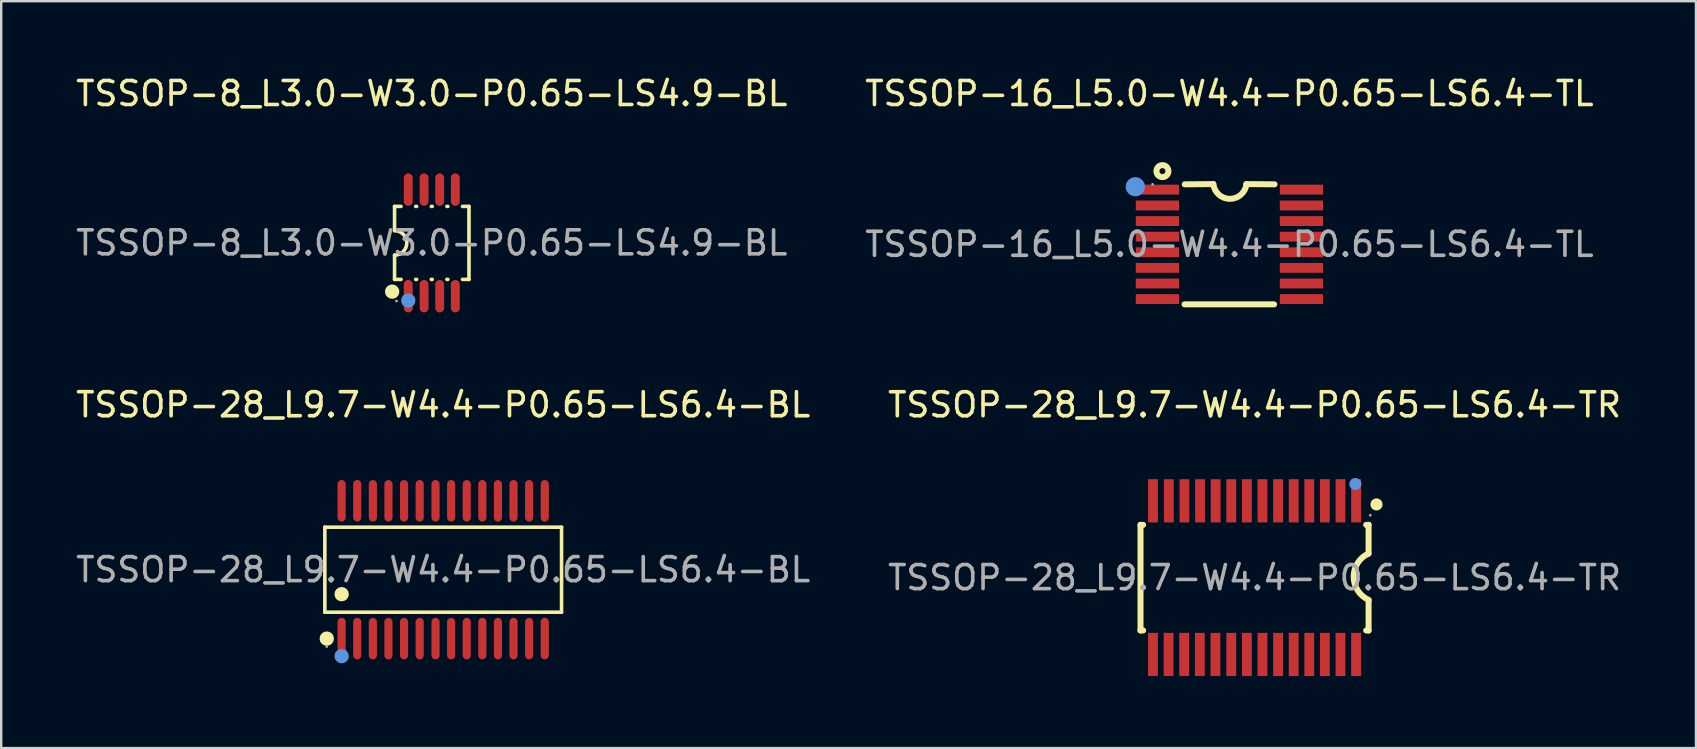
<source format=kicad_pcb>
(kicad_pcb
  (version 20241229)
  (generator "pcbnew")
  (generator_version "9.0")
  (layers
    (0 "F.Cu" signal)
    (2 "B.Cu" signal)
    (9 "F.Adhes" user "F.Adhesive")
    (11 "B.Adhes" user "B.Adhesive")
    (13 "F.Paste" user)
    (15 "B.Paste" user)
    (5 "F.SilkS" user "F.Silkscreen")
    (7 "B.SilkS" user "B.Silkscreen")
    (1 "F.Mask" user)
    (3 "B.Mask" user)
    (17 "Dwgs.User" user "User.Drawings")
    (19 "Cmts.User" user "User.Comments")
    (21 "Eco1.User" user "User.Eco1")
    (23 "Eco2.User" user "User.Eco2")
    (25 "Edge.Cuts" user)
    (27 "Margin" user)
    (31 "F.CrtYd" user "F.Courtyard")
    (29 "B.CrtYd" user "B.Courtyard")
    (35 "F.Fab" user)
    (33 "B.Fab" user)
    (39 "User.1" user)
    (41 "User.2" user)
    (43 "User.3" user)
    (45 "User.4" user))
  (footprint "TSSOP-28_L9.7-W4.4-P0.65-LS6.4-TR"
    (layer "F.Cu")
    (at 49.208 21.012)
    (property "Reference" "TSSOP-28_L9.7-W4.4-P0.65-LS6.4-TR" (at 0 -7.2 0) (layer "F.SilkS") (effects (font (size 1 1) (thickness 0.15))))
    (attr through_hole)
    (fp_line (start -4.75 -2.2) (end -4.75 2.2) (stroke (width 0.25) (type solid)) (layer "F.SilkS"))
    (fp_line (start -4.64 -2.2) (end -4.75 -2.2) (stroke (width 0.25) (type solid)) (layer "F.SilkS"))
    (fp_line (start -4.64 2.2) (end -4.75 2.2) (stroke (width 0.25) (type solid)) (layer "F.SilkS"))
    (fp_line (start 4.75 -2.2) (end 4.65 -2.2) (stroke (width 0.25) (type solid)) (layer "F.SilkS"))
    (fp_line (start 4.75 -2.2) (end 4.75 -1) (stroke (width 0.25) (type solid)) (layer "F.SilkS"))
    (fp_line (start 4.75 2.2) (end 4.65 2.2) (stroke (width 0.25) (type solid)) (layer "F.SilkS"))
    (fp_line (start 4.75 2.2) (end 4.75 1) (stroke (width 0.25) (type solid)) (layer "F.SilkS"))
    (fp_arc (start 4.76 0.93) (mid 4.129009 -0.030142) (end 4.742051 -1.001843) (stroke (width 0.25) (type solid)) (layer "F.SilkS"))
    (fp_circle (center 5.08 -3.05) (end 5.21 -3.05) (stroke (width 0.25) (type solid)) (fill no) (layer "F.SilkS"))
    (fp_circle (center 4.2 -3.9) (end 4.33 -3.9) (stroke (width 0.25) (type solid)) (fill no) (layer "Cmts.User"))
    (fp_circle (center 4.82 -2.6) (end 4.85 -2.6) (stroke (width 0.06) (type solid)) (fill no) (layer "F.Fab"))
    (fp_text user "${REFERENCE}" (at 0 0 0) (layer "F.Fab") (effects (font (size 1 1) (thickness 0.15))))
    (pad "1" smd rect (at 4.23 -3.2 270) (size 1.8 0.41) (layers "F.Cu" "F.Mask" "F.Paste"))
    (pad "2" smd rect (at 3.58 -3.2 270) (size 1.8 0.41) (layers "F.Cu" "F.Mask" "F.Paste"))
    (pad "3" smd rect (at 2.93 -3.2 270) (size 1.8 0.41) (layers "F.Cu" "F.Mask" "F.Paste"))
    (pad "4" smd rect (at 2.28 -3.2 270) (size 1.8 0.41) (layers "F.Cu" "F.Mask" "F.Paste"))
    (pad "5" smd rect (at 1.63 -3.2 270) (size 1.8 0.41) (layers "F.Cu" "F.Mask" "F.Paste"))
    (pad "6" smd rect (at 0.98 -3.2 270) (size 1.8 0.41) (layers "F.Cu" "F.Mask" "F.Paste"))
    (pad "7" smd rect (at 0.33 -3.2 270) (size 1.8 0.41) (layers "F.Cu" "F.Mask" "F.Paste"))
    (pad "8" smd rect (at -0.32 -3.2 270) (size 1.8 0.41) (layers "F.Cu" "F.Mask" "F.Paste"))
    (pad "9" smd rect (at -0.97 -3.2 270) (size 1.8 0.41) (layers "F.Cu" "F.Mask" "F.Paste"))
    (pad "10" smd rect (at -1.62 -3.2 270) (size 1.8 0.41) (layers "F.Cu" "F.Mask" "F.Paste"))
    (pad "11" smd rect (at -2.27 -3.2 270) (size 1.8 0.41) (layers "F.Cu" "F.Mask" "F.Paste"))
    (pad "12" smd rect (at -2.92 -3.2 270) (size 1.8 0.41) (layers "F.Cu" "F.Mask" "F.Paste"))
    (pad "13" smd rect (at -3.57 -3.2 270) (size 1.8 0.41) (layers "F.Cu" "F.Mask" "F.Paste"))
    (pad "14" smd rect (at -4.23 -3.2 270) (size 1.8 0.41) (layers "F.Cu" "F.Mask" "F.Paste"))
    (pad "15" smd rect (at -4.23 3.2 270) (size 1.8 0.41) (layers "F.Cu" "F.Mask" "F.Paste"))
    (pad "16" smd rect (at -3.58 3.2 270) (size 1.8 0.41) (layers "F.Cu" "F.Mask" "F.Paste"))
    (pad "17" smd rect (at -2.93 3.2 270) (size 1.8 0.41) (layers "F.Cu" "F.Mask" "F.Paste"))
    (pad "18" smd rect (at -2.28 3.2 270) (size 1.8 0.41) (layers "F.Cu" "F.Mask" "F.Paste"))
    (pad "19" smd rect (at -1.63 3.2 270) (size 1.8 0.41) (layers "F.Cu" "F.Mask" "F.Paste"))
    (pad "20" smd rect (at -0.97 3.2 270) (size 1.8 0.41) (layers "F.Cu" "F.Mask" "F.Paste"))
    (pad "21" smd rect (at -0.32 3.2 270) (size 1.8 0.41) (layers "F.Cu" "F.Mask" "F.Paste"))
    (pad "22" smd rect (at 0.33 3.2 270) (size 1.8 0.41) (layers "F.Cu" "F.Mask" "F.Paste"))
    (pad "23" smd rect (at 0.98 3.2 270) (size 1.8 0.41) (layers "F.Cu" "F.Mask" "F.Paste"))
    (pad "24" smd rect (at 1.63 3.2 270) (size 1.8 0.41) (layers "F.Cu" "F.Mask" "F.Paste"))
    (pad "25" smd rect (at 2.28 3.2 270) (size 1.8 0.41) (layers "F.Cu" "F.Mask" "F.Paste"))
    (pad "26" smd rect (at 2.93 3.2 270) (size 1.8 0.41) (layers "F.Cu" "F.Mask" "F.Paste"))
    (pad "27" smd rect (at 3.58 3.2 270) (size 1.8 0.41) (layers "F.Cu" "F.Mask" "F.Paste"))
    (pad "28" smd rect (at 4.23 3.2 270) (size 1.8 0.41) (layers "F.Cu" "F.Mask" "F.Paste")))
  (footprint "TSSOP-28_L9.7-W4.4-P0.65-LS6.4-BL"
    (layer "F.Cu")
    (at 15.411 20.681)
    (property "Reference" "TSSOP-28_L9.7-W4.4-P0.65-LS6.4-BL" (at 0 -6.87 0) (layer "F.SilkS") (effects (font (size 1 1) (thickness 0.15))))
    (attr through_hole)
    (fp_line (start -4.93 -1.77) (end 4.93 -1.77) (stroke (width 0.15) (type solid)) (layer "F.SilkS"))
    (fp_line (start -4.93 1.77) (end -4.93 -1.77) (stroke (width 0.15) (type solid)) (layer "F.SilkS"))
    (fp_line (start 4.93 -1.77) (end 4.93 1.77) (stroke (width 0.15) (type solid)) (layer "F.SilkS"))
    (fp_line (start 4.93 1.77) (end -4.93 1.77) (stroke (width 0.15) (type solid)) (layer "F.SilkS"))
    (fp_circle (center -4.85 2.87) (end -4.7 2.87) (stroke (width 0.3) (type solid)) (fill no) (layer "F.SilkS"))
    (fp_circle (center -4.23 1.02) (end -4.08 1.02) (stroke (width 0.3) (type solid)) (fill no) (layer "F.SilkS"))
    (fp_circle (center -4.23 3.6) (end -4.08 3.6) (stroke (width 0.3) (type solid)) (fill no) (layer "Cmts.User"))
    (fp_circle (center -4.85 3.2) (end -4.82 3.2) (stroke (width 0.06) (type solid)) (fill no) (layer "F.Fab"))
    (fp_text user "${REFERENCE}" (at 0 0 0) (layer "F.Fab") (effects (font (size 1 1) (thickness 0.15))))
    (pad "1" smd oval (at -4.23 2.87) (size 0.34 1.73) (layers "F.Cu" "F.Mask" "F.Paste"))
    (pad "2" smd oval (at -3.58 2.87) (size 0.34 1.73) (layers "F.Cu" "F.Mask" "F.Paste"))
    (pad "3" smd oval (at -2.93 2.87) (size 0.34 1.73) (layers "F.Cu" "F.Mask" "F.Paste"))
    (pad "4" smd oval (at -2.28 2.87) (size 0.34 1.73) (layers "F.Cu" "F.Mask" "F.Paste"))
    (pad "5" smd oval (at -1.63 2.87) (size 0.34 1.73) (layers "F.Cu" "F.Mask" "F.Paste"))
    (pad "6" smd oval (at -0.98 2.87) (size 0.34 1.73) (layers "F.Cu" "F.Mask" "F.Paste"))
    (pad "7" smd oval (at -0.32 2.87) (size 0.34 1.73) (layers "F.Cu" "F.Mask" "F.Paste"))
    (pad "8" smd oval (at 0.33 2.87) (size 0.34 1.73) (layers "F.Cu" "F.Mask" "F.Paste"))
    (pad "9" smd oval (at 0.98 2.87) (size 0.34 1.73) (layers "F.Cu" "F.Mask" "F.Paste"))
    (pad "10" smd oval (at 1.63 2.87) (size 0.34 1.73) (layers "F.Cu" "F.Mask" "F.Paste"))
    (pad "11" smd oval (at 2.28 2.87) (size 0.34 1.73) (layers "F.Cu" "F.Mask" "F.Paste"))
    (pad "12" smd oval (at 2.93 2.87) (size 0.34 1.73) (layers "F.Cu" "F.Mask" "F.Paste"))
    (pad "13" smd oval (at 3.58 2.87) (size 0.34 1.73) (layers "F.Cu" "F.Mask" "F.Paste"))
    (pad "14" smd oval (at 4.23 2.87) (size 0.34 1.73) (layers "F.Cu" "F.Mask" "F.Paste"))
    (pad "15" smd oval (at 4.23 -2.87) (size 0.34 1.73) (layers "F.Cu" "F.Mask" "F.Paste"))
    (pad "16" smd oval (at 3.58 -2.87) (size 0.34 1.73) (layers "F.Cu" "F.Mask" "F.Paste"))
    (pad "17" smd oval (at 2.93 -2.87) (size 0.34 1.73) (layers "F.Cu" "F.Mask" "F.Paste"))
    (pad "18" smd oval (at 2.28 -2.87) (size 0.34 1.73) (layers "F.Cu" "F.Mask" "F.Paste"))
    (pad "19" smd oval (at 1.63 -2.87) (size 0.34 1.73) (layers "F.Cu" "F.Mask" "F.Paste"))
    (pad "20" smd oval (at 0.98 -2.87) (size 0.34 1.73) (layers "F.Cu" "F.Mask" "F.Paste"))
    (pad "21" smd oval (at 0.33 -2.87) (size 0.34 1.73) (layers "F.Cu" "F.Mask" "F.Paste"))
    (pad "22" smd oval (at -0.32 -2.87) (size 0.34 1.73) (layers "F.Cu" "F.Mask" "F.Paste"))
    (pad "23" smd oval (at -0.98 -2.87) (size 0.34 1.73) (layers "F.Cu" "F.Mask" "F.Paste"))
    (pad "24" smd oval (at -1.63 -2.87) (size 0.34 1.73) (layers "F.Cu" "F.Mask" "F.Paste"))
    (pad "25" smd oval (at -2.28 -2.87) (size 0.34 1.73) (layers "F.Cu" "F.Mask" "F.Paste"))
    (pad "26" smd oval (at -2.93 -2.87) (size 0.34 1.73) (layers "F.Cu" "F.Mask" "F.Paste"))
    (pad "27" smd oval (at -3.58 -2.87) (size 0.34 1.73) (layers "F.Cu" "F.Mask" "F.Paste"))
    (pad "28" smd oval (at -4.23 -2.87) (size 0.34 1.73) (layers "F.Cu" "F.Mask" "F.Paste")))
  (footprint "TSSOP-8_L3.0-W3.0-P0.65-LS4.9-BL"
    (layer "F.Cu")
    (at 14.935 7.068)
    (property "Reference" "TSSOP-8_L3.0-W3.0-P0.65-LS4.9-BL" (at 0 -6.22 0) (layer "F.SilkS") (effects (font (size 1 1) (thickness 0.15))))
    (attr through_hole)
    (fp_line (start -1.55 -1.52) (end -1.28 -1.52) (stroke (width 0.15) (type solid)) (layer "F.SilkS"))
    (fp_line (start -1.55 -0.51) (end -1.55 -1.52) (stroke (width 0.15) (type solid)) (layer "F.SilkS"))
    (fp_line (start -1.55 1.52) (end -1.55 0.51) (stroke (width 0.15) (type solid)) (layer "F.SilkS"))
    (fp_line (start -1.55 1.52) (end -1.28 1.52) (stroke (width 0.15) (type solid)) (layer "F.SilkS"))
    (fp_line (start -0.67 -1.52) (end -0.63 -1.52) (stroke (width 0.15) (type solid)) (layer "F.SilkS"))
    (fp_line (start -0.67 1.52) (end -0.63 1.52) (stroke (width 0.15) (type solid)) (layer "F.SilkS"))
    (fp_line (start -0.02 -1.52) (end 0.02 -1.52) (stroke (width 0.15) (type solid)) (layer "F.SilkS"))
    (fp_line (start -0.02 1.52) (end 0.02 1.52) (stroke (width 0.15) (type solid)) (layer "F.SilkS"))
    (fp_line (start 0.63 -1.52) (end 0.67 -1.52) (stroke (width 0.15) (type solid)) (layer "F.SilkS"))
    (fp_line (start 0.63 1.52) (end 0.67 1.52) (stroke (width 0.15) (type solid)) (layer "F.SilkS"))
    (fp_line (start 1.28 -1.52) (end 1.55 -1.52) (stroke (width 0.15) (type solid)) (layer "F.SilkS"))
    (fp_line (start 1.28 1.52) (end 1.55 1.52) (stroke (width 0.15) (type solid)) (layer "F.SilkS"))
    (fp_line (start 1.55 -1.52) (end 1.55 1.52) (stroke (width 0.15) (type solid)) (layer "F.SilkS"))
    (fp_arc (start -1.55 -0.51) (mid -1.04 0) (end -1.55 0.51) (stroke (width 0.15) (type solid)) (layer "F.SilkS"))
    (fp_circle (center -1.65 2.03) (end -1.5 2.03) (stroke (width 0.3) (type solid)) (fill no) (layer "F.SilkS"))
    (fp_circle (center -0.98 2.4) (end -0.83 2.4) (stroke (width 0.3) (type solid)) (fill no) (layer "Cmts.User"))
    (fp_circle (center -1.47 2.42) (end -1.44 2.42) (stroke (width 0.06) (type solid)) (fill no) (layer "F.Fab"))
    (fp_text user "${REFERENCE}" (at 0 0 0) (layer "F.Fab") (effects (font (size 1 1) (thickness 0.15))))
    (pad "1" smd oval (at -0.98 2.22) (size 0.37 1.35) (layers "F.Cu" "F.Mask" "F.Paste"))
    (pad "2" smd oval (at -0.32 2.22) (size 0.37 1.35) (layers "F.Cu" "F.Mask" "F.Paste"))
    (pad "3" smd oval (at 0.33 2.22) (size 0.37 1.35) (layers "F.Cu" "F.Mask" "F.Paste"))
    (pad "4" smd oval (at 0.98 2.22) (size 0.37 1.35) (layers "F.Cu" "F.Mask" "F.Paste"))
    (pad "5" smd oval (at 0.98 -2.22) (size 0.37 1.35) (layers "F.Cu" "F.Mask" "F.Paste"))
    (pad "6" smd oval (at 0.33 -2.22) (size 0.37 1.35) (layers "F.Cu" "F.Mask" "F.Paste"))
    (pad "7" smd oval (at -0.32 -2.22) (size 0.37 1.35) (layers "F.Cu" "F.Mask" "F.Paste"))
    (pad "8" smd oval (at -0.98 -2.22) (size 0.37 1.35) (layers "F.Cu" "F.Mask" "F.Paste")))
  (footprint "TSSOP-16_L5.0-W4.4-P0.65-LS6.4-TL"
    (layer "F.Cu")
    (at 48.161 7.128)
    (property "Reference" "TSSOP-16_L5.0-W4.4-P0.65-LS6.4-TL" (at 0 -6.28 0) (layer "F.SilkS") (effects (font (size 1 1) (thickness 0.15))))
    (attr through_hole)
    (fp_line (start -1.87 2.5) (end 1.86 2.5) (stroke (width 0.25) (type solid)) (layer "F.SilkS"))
    (fp_line (start -1.86 -2.5) (end -0.67 -2.51) (stroke (width 0.25) (type solid)) (layer "F.SilkS"))
    (fp_line (start 0.7 -2.51) (end 1.88 -2.5) (stroke (width 0.25) (type solid)) (layer "F.SilkS"))
    (fp_arc (start 0.709165 -2.503103) (mid 0.016526 -1.895387) (end -0.67 -2.51) (stroke (width 0.25) (type solid)) (layer "F.SilkS"))
    (fp_circle (center -2.79 -3.05) (end -2.54 -3.05) (stroke (width 0.25) (type solid)) (fill no) (layer "F.SilkS"))
    (fp_circle (center -3.92 -2.4) (end -3.72 -2.4) (stroke (width 0.4) (type solid)) (fill no) (layer "Cmts.User"))
    (fp_circle (center -3.2 -2.5) (end -3.17 -2.5) (stroke (width 0.06) (type solid)) (fill no) (layer "F.Fab"))
    (fp_text user "${REFERENCE}" (at 0 0 0) (layer "F.Fab") (effects (font (size 1 1) (thickness 0.15))))
    (pad "1" smd rect (at -3 -2.28) (size 1.8 0.41) (layers "F.Cu" "F.Mask" "F.Paste"))
    (pad "2" smd rect (at -3 -1.62) (size 1.8 0.41) (layers "F.Cu" "F.Mask" "F.Paste"))
    (pad "3" smd rect (at -3 -0.97) (size 1.8 0.41) (layers "F.Cu" "F.Mask" "F.Paste"))
    (pad "4" smd rect (at -3 -0.32) (size 1.8 0.41) (layers "F.Cu" "F.Mask" "F.Paste"))
    (pad "5" smd rect (at -3 0.33) (size 1.8 0.41) (layers "F.Cu" "F.Mask" "F.Paste"))
    (pad "6" smd rect (at -3 0.98) (size 1.8 0.41) (layers "F.Cu" "F.Mask" "F.Paste"))
    (pad "7" smd rect (at -3 1.63) (size 1.8 0.41) (layers "F.Cu" "F.Mask" "F.Paste"))
    (pad "8" smd rect (at -3 2.28) (size 1.8 0.41) (layers "F.Cu" "F.Mask" "F.Paste"))
    (pad "9" smd rect (at 3 2.28) (size 1.8 0.41) (layers "F.Cu" "F.Mask" "F.Paste"))
    (pad "10" smd rect (at 3 1.63) (size 1.8 0.41) (layers "F.Cu" "F.Mask" "F.Paste"))
    (pad "11" smd rect (at 3 0.98) (size 1.8 0.41) (layers "F.Cu" "F.Mask" "F.Paste"))
    (pad "12" smd rect (at 3 0.33) (size 1.8 0.41) (layers "F.Cu" "F.Mask" "F.Paste"))
    (pad "13" smd rect (at 3 -0.32) (size 1.8 0.41) (layers "F.Cu" "F.Mask" "F.Paste"))
    (pad "14" smd rect (at 3 -0.97) (size 1.8 0.41) (layers "F.Cu" "F.Mask" "F.Paste"))
    (pad "15" smd rect (at 3 -1.62) (size 1.8 0.41) (layers "F.Cu" "F.Mask" "F.Paste"))
    (pad "16" smd rect (at 3 -2.28) (size 1.8 0.41) (layers "F.Cu" "F.Mask" "F.Paste")))
  (gr_rect
    (start -3 -3)
    (end 67.595 28.111)
    (stroke (width 0.1) (type default))
    (fill no)
    (layer "Edge.Cuts")))
</source>
